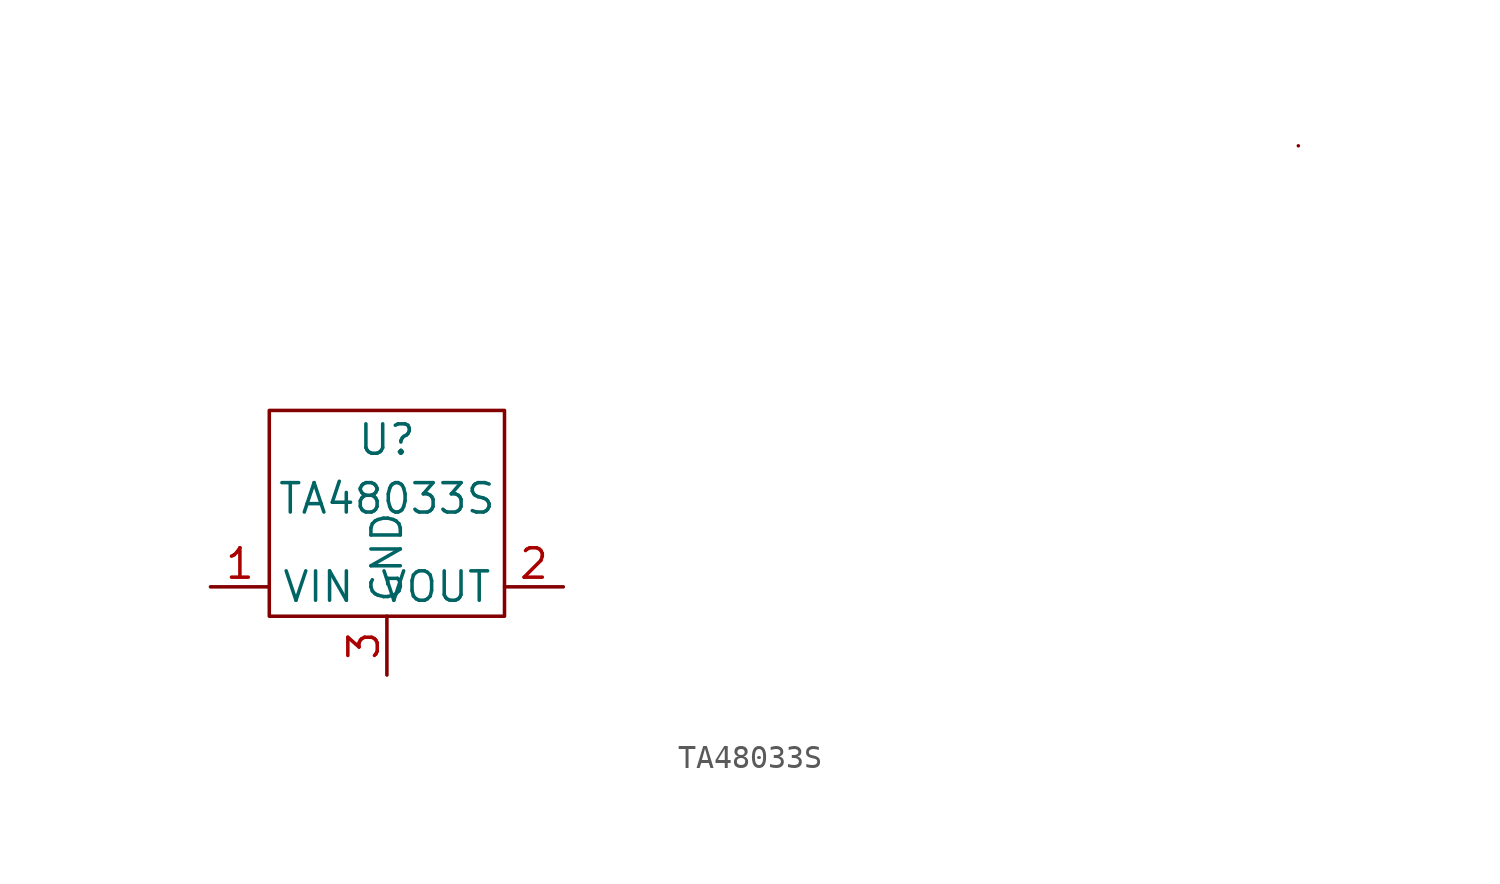
<source format=kicad_sym>
(kicad_symbol_lib
  (version 20211014)
  (generator kicad_symbol_editor)
  (symbol "TA48033S"
    (property "Reference" "U"
      (at 0 1.27 0)
      (effects (font (size 1.27 1.27))))
    (property "Value" "TA48033S"
      (at 0 -1.27 0)
      (effects (font (size 1.27 1.27))))
    (symbol "TA48033S_0_1"
      (rectangle (start -5.08 2.54) (end 5.08 -6.35) (stroke (width 0) (type default) (color 0 0 0 0)) (fill (type none)))
      (rectangle (start 39.37 13.97) (end 39.37 13.97) (stroke (width 0) (type default) (color 0 0 0 0)) (fill (type none))))
    (symbol "TA48033S_1_1"
      (pin bidirectional line (at -7.62 -5.08 0) (length 2.54) (name "VIN" (effects (font (size 1.27 1.27)))) (number "1" (effects (font (size 1.27 1.27)))))
      (pin bidirectional line (at 7.62 -5.08 180) (length 2.54) (name "VOUT" (effects (font (size 1.27 1.27)))) (number "2" (effects (font (size 1.27 1.27)))))
      (pin bidirectional line (at 0 -8.89 90) (length 2.54) (name "GND" (effects (font (size 1.27 1.27)))) (number "3" (effects (font (size 1.27 1.27))))))))
</source>
